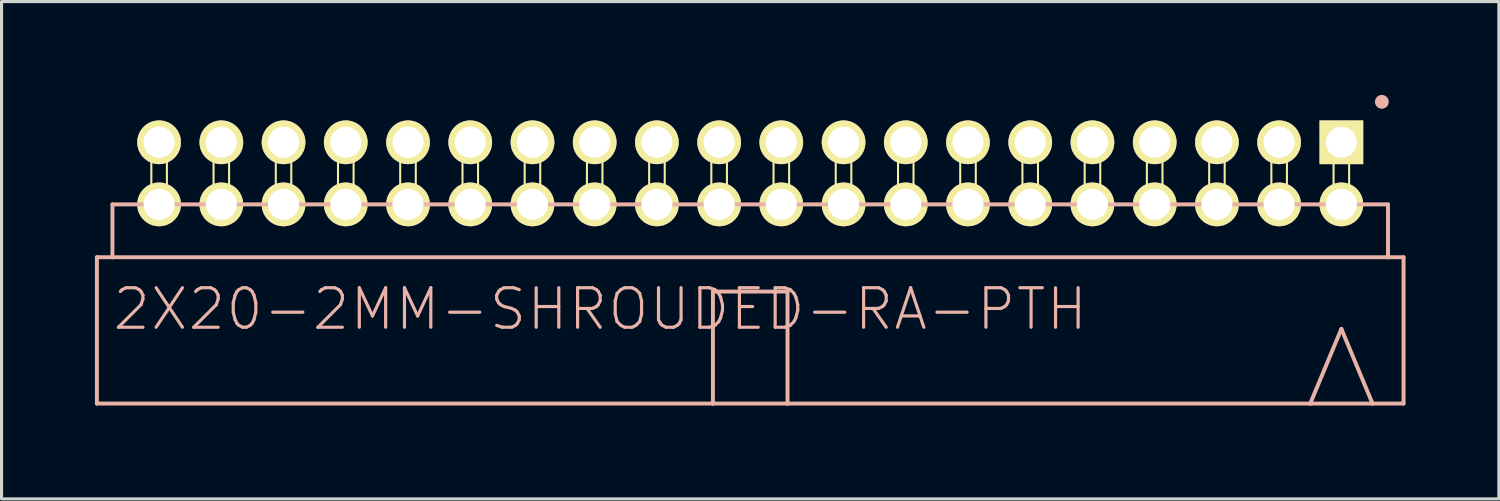
<source format=kicad_pcb>
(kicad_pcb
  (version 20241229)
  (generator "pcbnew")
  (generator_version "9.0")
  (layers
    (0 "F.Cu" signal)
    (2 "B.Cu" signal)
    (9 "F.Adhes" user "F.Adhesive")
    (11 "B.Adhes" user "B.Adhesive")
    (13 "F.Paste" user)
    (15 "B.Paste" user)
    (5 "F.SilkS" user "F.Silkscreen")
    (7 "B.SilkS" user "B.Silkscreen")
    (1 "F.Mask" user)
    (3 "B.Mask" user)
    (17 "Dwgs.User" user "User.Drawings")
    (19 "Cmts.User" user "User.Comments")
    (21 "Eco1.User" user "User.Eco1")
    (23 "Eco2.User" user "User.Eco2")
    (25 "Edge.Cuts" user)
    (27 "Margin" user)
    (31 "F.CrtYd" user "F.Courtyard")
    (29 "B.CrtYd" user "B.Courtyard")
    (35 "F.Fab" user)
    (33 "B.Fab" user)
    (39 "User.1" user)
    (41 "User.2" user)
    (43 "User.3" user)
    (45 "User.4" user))
  (footprint "2X20-2MM-SHROUDED-RA-PTH"
    (layer "F.Cu")
    (at 21.062 2.521)
    (property "Reference" "2X20-2MM-SHROUDED-RA-PTH" (at -4.823 4.364 0) (layer "B.SilkS") (effects (font (size 1.27 1.27) (thickness 0.102))))
    (attr exclude_from_pos_files exclude_from_bom)
    (fp_line (start -19.248 -1.25) (end -18.748 -1.25) (stroke (width 0.066) (type solid)) (layer "F.SilkS"))
    (fp_line (start -19.248 0.998) (end -19.248 -1.25) (stroke (width 0.066) (type solid)) (layer "F.SilkS"))
    (fp_line (start -19.248 0.998) (end -18.748 0.998) (stroke (width 0.066) (type solid)) (layer "F.SilkS"))
    (fp_line (start -18.748 0.998) (end -18.748 -1.25) (stroke (width 0.066) (type solid)) (layer "F.SilkS"))
    (fp_line (start -17.249 -1.25) (end -16.749 -1.25) (stroke (width 0.066) (type solid)) (layer "F.SilkS"))
    (fp_line (start -17.249 0.998) (end -17.249 -1.25) (stroke (width 0.066) (type solid)) (layer "F.SilkS"))
    (fp_line (start -17.249 0.998) (end -16.749 0.998) (stroke (width 0.066) (type solid)) (layer "F.SilkS"))
    (fp_line (start -16.749 0.998) (end -16.749 -1.25) (stroke (width 0.066) (type solid)) (layer "F.SilkS"))
    (fp_line (start -15.248 -1.25) (end -14.75 -1.25) (stroke (width 0.066) (type solid)) (layer "F.SilkS"))
    (fp_line (start -15.248 0.998) (end -15.248 -1.25) (stroke (width 0.066) (type solid)) (layer "F.SilkS"))
    (fp_line (start -15.248 0.998) (end -14.75 0.998) (stroke (width 0.066) (type solid)) (layer "F.SilkS"))
    (fp_line (start -14.75 0.998) (end -14.75 -1.25) (stroke (width 0.066) (type solid)) (layer "F.SilkS"))
    (fp_line (start -13.249 -1.25) (end -12.748 -1.25) (stroke (width 0.066) (type solid)) (layer "F.SilkS"))
    (fp_line (start -13.249 0.998) (end -13.249 -1.25) (stroke (width 0.066) (type solid)) (layer "F.SilkS"))
    (fp_line (start -13.249 0.998) (end -12.748 0.998) (stroke (width 0.066) (type solid)) (layer "F.SilkS"))
    (fp_line (start -12.748 0.998) (end -12.748 -1.25) (stroke (width 0.066) (type solid)) (layer "F.SilkS"))
    (fp_line (start -11.25 -1.25) (end -10.749 -1.25) (stroke (width 0.066) (type solid)) (layer "F.SilkS"))
    (fp_line (start -11.25 0.998) (end -11.25 -1.25) (stroke (width 0.066) (type solid)) (layer "F.SilkS"))
    (fp_line (start -11.25 0.998) (end -10.749 0.998) (stroke (width 0.066) (type solid)) (layer "F.SilkS"))
    (fp_line (start -10.749 0.998) (end -10.749 -1.25) (stroke (width 0.066) (type solid)) (layer "F.SilkS"))
    (fp_line (start -9.248 -1.25) (end -8.748 -1.25) (stroke (width 0.066) (type solid)) (layer "F.SilkS"))
    (fp_line (start -9.248 0.998) (end -9.248 -1.25) (stroke (width 0.066) (type solid)) (layer "F.SilkS"))
    (fp_line (start -9.248 0.998) (end -8.748 0.998) (stroke (width 0.066) (type solid)) (layer "F.SilkS"))
    (fp_line (start -8.748 0.998) (end -8.748 -1.25) (stroke (width 0.066) (type solid)) (layer "F.SilkS"))
    (fp_line (start -7.249 -1.25) (end -6.749 -1.25) (stroke (width 0.066) (type solid)) (layer "F.SilkS"))
    (fp_line (start -7.249 0.998) (end -7.249 -1.25) (stroke (width 0.066) (type solid)) (layer "F.SilkS"))
    (fp_line (start -7.249 0.998) (end -6.749 0.998) (stroke (width 0.066) (type solid)) (layer "F.SilkS"))
    (fp_line (start -6.749 0.998) (end -6.749 -1.25) (stroke (width 0.066) (type solid)) (layer "F.SilkS"))
    (fp_line (start -5.248 -1.25) (end -4.75 -1.25) (stroke (width 0.066) (type solid)) (layer "F.SilkS"))
    (fp_line (start -5.248 0.998) (end -5.248 -1.25) (stroke (width 0.066) (type solid)) (layer "F.SilkS"))
    (fp_line (start -5.248 0.998) (end -4.75 0.998) (stroke (width 0.066) (type solid)) (layer "F.SilkS"))
    (fp_line (start -4.75 0.998) (end -4.75 -1.25) (stroke (width 0.066) (type solid)) (layer "F.SilkS"))
    (fp_line (start -3.249 -1.25) (end -2.748 -1.25) (stroke (width 0.066) (type solid)) (layer "F.SilkS"))
    (fp_line (start -3.249 0.998) (end -3.249 -1.25) (stroke (width 0.066) (type solid)) (layer "F.SilkS"))
    (fp_line (start -3.249 0.998) (end -2.748 0.998) (stroke (width 0.066) (type solid)) (layer "F.SilkS"))
    (fp_line (start -2.748 0.998) (end -2.748 -1.25) (stroke (width 0.066) (type solid)) (layer "F.SilkS"))
    (fp_line (start -1.25 -1.25) (end -0.749 -1.25) (stroke (width 0.066) (type solid)) (layer "F.SilkS"))
    (fp_line (start -1.25 0.998) (end -1.25 -1.25) (stroke (width 0.066) (type solid)) (layer "F.SilkS"))
    (fp_line (start -1.25 0.998) (end -0.749 0.998) (stroke (width 0.066) (type solid)) (layer "F.SilkS"))
    (fp_line (start -0.749 0.998) (end -0.749 -1.25) (stroke (width 0.066) (type solid)) (layer "F.SilkS"))
    (fp_line (start 0.749 -1.25) (end 1.25 -1.25) (stroke (width 0.066) (type solid)) (layer "F.SilkS"))
    (fp_line (start 0.749 0.998) (end 0.749 -1.25) (stroke (width 0.066) (type solid)) (layer "F.SilkS"))
    (fp_line (start 0.749 0.998) (end 1.25 0.998) (stroke (width 0.066) (type solid)) (layer "F.SilkS"))
    (fp_line (start 1.25 0.998) (end 1.25 -1.25) (stroke (width 0.066) (type solid)) (layer "F.SilkS"))
    (fp_line (start 2.748 -1.25) (end 3.249 -1.25) (stroke (width 0.066) (type solid)) (layer "F.SilkS"))
    (fp_line (start 2.748 0.998) (end 2.748 -1.25) (stroke (width 0.066) (type solid)) (layer "F.SilkS"))
    (fp_line (start 2.748 0.998) (end 3.249 0.998) (stroke (width 0.066) (type solid)) (layer "F.SilkS"))
    (fp_line (start 3.249 0.998) (end 3.249 -1.25) (stroke (width 0.066) (type solid)) (layer "F.SilkS"))
    (fp_line (start 4.75 -1.25) (end 5.248 -1.25) (stroke (width 0.066) (type solid)) (layer "F.SilkS"))
    (fp_line (start 4.75 0.998) (end 4.75 -1.25) (stroke (width 0.066) (type solid)) (layer "F.SilkS"))
    (fp_line (start 4.75 0.998) (end 5.248 0.998) (stroke (width 0.066) (type solid)) (layer "F.SilkS"))
    (fp_line (start 5.248 0.998) (end 5.248 -1.25) (stroke (width 0.066) (type solid)) (layer "F.SilkS"))
    (fp_line (start 6.749 -1.25) (end 7.249 -1.25) (stroke (width 0.066) (type solid)) (layer "F.SilkS"))
    (fp_line (start 6.749 0.998) (end 6.749 -1.25) (stroke (width 0.066) (type solid)) (layer "F.SilkS"))
    (fp_line (start 6.749 0.998) (end 7.249 0.998) (stroke (width 0.066) (type solid)) (layer "F.SilkS"))
    (fp_line (start 7.249 0.998) (end 7.249 -1.25) (stroke (width 0.066) (type solid)) (layer "F.SilkS"))
    (fp_line (start 8.748 -1.25) (end 9.248 -1.25) (stroke (width 0.066) (type solid)) (layer "F.SilkS"))
    (fp_line (start 8.748 0.998) (end 8.748 -1.25) (stroke (width 0.066) (type solid)) (layer "F.SilkS"))
    (fp_line (start 8.748 0.998) (end 9.248 0.998) (stroke (width 0.066) (type solid)) (layer "F.SilkS"))
    (fp_line (start 9.248 0.998) (end 9.248 -1.25) (stroke (width 0.066) (type solid)) (layer "F.SilkS"))
    (fp_line (start 10.749 -1.25) (end 11.25 -1.25) (stroke (width 0.066) (type solid)) (layer "F.SilkS"))
    (fp_line (start 10.749 0.998) (end 10.749 -1.25) (stroke (width 0.066) (type solid)) (layer "F.SilkS"))
    (fp_line (start 10.749 0.998) (end 11.25 0.998) (stroke (width 0.066) (type solid)) (layer "F.SilkS"))
    (fp_line (start 11.25 0.998) (end 11.25 -1.25) (stroke (width 0.066) (type solid)) (layer "F.SilkS"))
    (fp_line (start 12.748 -1.25) (end 13.249 -1.25) (stroke (width 0.066) (type solid)) (layer "F.SilkS"))
    (fp_line (start 12.748 0.998) (end 12.748 -1.25) (stroke (width 0.066) (type solid)) (layer "F.SilkS"))
    (fp_line (start 12.748 0.998) (end 13.249 0.998) (stroke (width 0.066) (type solid)) (layer "F.SilkS"))
    (fp_line (start 13.249 0.998) (end 13.249 -1.25) (stroke (width 0.066) (type solid)) (layer "F.SilkS"))
    (fp_line (start 14.75 -1.25) (end 15.248 -1.25) (stroke (width 0.066) (type solid)) (layer "F.SilkS"))
    (fp_line (start 14.75 0.998) (end 14.75 -1.25) (stroke (width 0.066) (type solid)) (layer "F.SilkS"))
    (fp_line (start 14.75 0.998) (end 15.248 0.998) (stroke (width 0.066) (type solid)) (layer "F.SilkS"))
    (fp_line (start 15.248 0.998) (end 15.248 -1.25) (stroke (width 0.066) (type solid)) (layer "F.SilkS"))
    (fp_line (start 16.749 -1.25) (end 17.249 -1.25) (stroke (width 0.066) (type solid)) (layer "F.SilkS"))
    (fp_line (start 16.749 0.998) (end 16.749 -1.25) (stroke (width 0.066) (type solid)) (layer "F.SilkS"))
    (fp_line (start 16.749 0.998) (end 17.249 0.998) (stroke (width 0.066) (type solid)) (layer "F.SilkS"))
    (fp_line (start 17.249 0.998) (end 17.249 -1.25) (stroke (width 0.066) (type solid)) (layer "F.SilkS"))
    (fp_line (start 18.748 -1.25) (end 19.248 -1.25) (stroke (width 0.066) (type solid)) (layer "F.SilkS"))
    (fp_line (start 18.748 0.998) (end 18.748 -1.25) (stroke (width 0.066) (type solid)) (layer "F.SilkS"))
    (fp_line (start 18.748 0.998) (end 19.248 0.998) (stroke (width 0.066) (type solid)) (layer "F.SilkS"))
    (fp_line (start 19.248 0.998) (end 19.248 -1.25) (stroke (width 0.066) (type solid)) (layer "F.SilkS"))
    (fp_line (start -20.998 2.697) (end -20.498 2.697) (stroke (width 0.127) (type solid)) (layer "B.SilkS"))
    (fp_line (start -20.998 7.399) (end -20.998 2.697) (stroke (width 0.127) (type solid)) (layer "B.SilkS"))
    (fp_line (start -20.998 7.399) (end -1.199 7.399) (stroke (width 0.127) (type solid)) (layer "B.SilkS"))
    (fp_line (start -20.498 0.998) (end -20.498 2.697) (stroke (width 0.127) (type solid)) (layer "B.SilkS"))
    (fp_line (start -20.498 2.697) (end 20.498 2.697) (stroke (width 0.127) (type solid)) (layer "B.SilkS"))
    (fp_line (start -1.199 3.8) (end 1.199 3.8) (stroke (width 0.127) (type solid)) (layer "B.SilkS"))
    (fp_line (start -1.199 7.399) (end -1.199 3.8) (stroke (width 0.127) (type solid)) (layer "B.SilkS"))
    (fp_line (start -1.199 7.399) (end 1.199 7.399) (stroke (width 0.127) (type solid)) (layer "B.SilkS"))
    (fp_line (start 1.199 7.399) (end 1.199 3.8) (stroke (width 0.127) (type solid)) (layer "B.SilkS"))
    (fp_line (start 1.199 7.399) (end 17.998 7.399) (stroke (width 0.127) (type solid)) (layer "B.SilkS"))
    (fp_line (start 17.998 7.399) (end 20 7.399) (stroke (width 0.127) (type solid)) (layer "B.SilkS"))
    (fp_line (start 18.999 4.999) (end 17.998 7.399) (stroke (width 0.127) (type solid)) (layer "B.SilkS"))
    (fp_line (start 20 7.399) (end 18.999 4.999) (stroke (width 0.127) (type solid)) (layer "B.SilkS"))
    (fp_line (start 20 7.399) (end 20.998 7.399) (stroke (width 0.127) (type solid)) (layer "B.SilkS"))
    (fp_line (start 20.498 0.998) (end -20.498 0.998) (stroke (width 0.127) (type solid)) (layer "B.SilkS"))
    (fp_line (start 20.498 0.998) (end 20.498 2.697) (stroke (width 0.127) (type solid)) (layer "B.SilkS"))
    (fp_line (start 20.498 2.697) (end 20.998 2.697) (stroke (width 0.127) (type solid)) (layer "B.SilkS"))
    (fp_line (start 20.998 7.399) (end 20.998 2.697) (stroke (width 0.127) (type solid)) (layer "B.SilkS"))
    (fp_circle (center 20.3 -2.299) (end 20.457 -2.456) (stroke (width 0) (type solid)) (fill yes) (layer "B.SilkS"))
    (pad "1" thru_hole rect (at 18.999 -0.998) (size 1.405 1.405) (drill 0.998) (layers "*.Cu" "F.Mask" "F.SilkS" "F.Paste"))
    (pad "2" thru_hole circle (at 18.999 0.998) (size 1.405 1.405) (drill 0.998) (layers "*.Cu" "F.Mask" "F.SilkS" "F.Paste"))
    (pad "3" thru_hole circle (at 16.998 -0.998) (size 1.405 1.405) (drill 0.998) (layers "*.Cu" "F.Mask" "F.SilkS" "F.Paste"))
    (pad "4" thru_hole circle (at 16.998 0.998) (size 1.405 1.405) (drill 0.998) (layers "*.Cu" "F.Mask" "F.SilkS" "F.Paste"))
    (pad "5" thru_hole circle (at 14.999 -0.998) (size 1.405 1.405) (drill 0.998) (layers "*.Cu" "F.Mask" "F.SilkS" "F.Paste"))
    (pad "6" thru_hole circle (at 14.999 0.998) (size 1.405 1.405) (drill 0.998) (layers "*.Cu" "F.Mask" "F.SilkS" "F.Paste"))
    (pad "7" thru_hole circle (at 13 -0.998) (size 1.405 1.405) (drill 0.998) (layers "*.Cu" "F.Mask" "F.SilkS" "F.Paste"))
    (pad "8" thru_hole circle (at 13 0.998) (size 1.405 1.405) (drill 0.998) (layers "*.Cu" "F.Mask" "F.SilkS" "F.Paste"))
    (pad "9" thru_hole circle (at 10.998 -0.998) (size 1.405 1.405) (drill 0.998) (layers "*.Cu" "F.Mask" "F.SilkS" "F.Paste"))
    (pad "10" thru_hole circle (at 10.998 0.998) (size 1.405 1.405) (drill 0.998) (layers "*.Cu" "F.Mask" "F.SilkS" "F.Paste"))
    (pad "11" thru_hole circle (at 8.999 -0.998) (size 1.405 1.405) (drill 0.998) (layers "*.Cu" "F.Mask" "F.SilkS" "F.Paste"))
    (pad "12" thru_hole circle (at 8.999 0.998) (size 1.405 1.405) (drill 0.998) (layers "*.Cu" "F.Mask" "F.SilkS" "F.Paste"))
    (pad "13" thru_hole circle (at 6.998 -0.998) (size 1.405 1.405) (drill 0.998) (layers "*.Cu" "F.Mask" "F.SilkS" "F.Paste"))
    (pad "14" thru_hole circle (at 6.998 0.998) (size 1.405 1.405) (drill 0.998) (layers "*.Cu" "F.Mask" "F.SilkS" "F.Paste"))
    (pad "15" thru_hole circle (at 4.999 -0.998) (size 1.405 1.405) (drill 0.998) (layers "*.Cu" "F.Mask" "F.SilkS" "F.Paste"))
    (pad "16" thru_hole circle (at 4.999 0.998) (size 1.405 1.405) (drill 0.998) (layers "*.Cu" "F.Mask" "F.SilkS" "F.Paste"))
    (pad "17" thru_hole circle (at 3 -0.998) (size 1.405 1.405) (drill 0.998) (layers "*.Cu" "F.Mask" "F.SilkS" "F.Paste"))
    (pad "18" thru_hole circle (at 3 0.998) (size 1.405 1.405) (drill 0.998) (layers "*.Cu" "F.Mask" "F.SilkS" "F.Paste"))
    (pad "19" thru_hole circle (at 0.998 -0.998) (size 1.405 1.405) (drill 0.998) (layers "*.Cu" "F.Mask" "F.SilkS" "F.Paste"))
    (pad "20" thru_hole circle (at 0.998 0.998) (size 1.405 1.405) (drill 0.998) (layers "*.Cu" "F.Mask" "F.SilkS" "F.Paste"))
    (pad "21" thru_hole circle (at -0.998 -0.998) (size 1.405 1.405) (drill 0.998) (layers "*.Cu" "F.Mask" "F.SilkS" "F.Paste"))
    (pad "22" thru_hole circle (at -0.998 0.998) (size 1.405 1.405) (drill 0.998) (layers "*.Cu" "F.Mask" "F.SilkS" "F.Paste"))
    (pad "23" thru_hole circle (at -3 -0.998) (size 1.405 1.405) (drill 0.998) (layers "*.Cu" "F.Mask" "F.SilkS" "F.Paste"))
    (pad "24" thru_hole circle (at -3 0.998) (size 1.405 1.405) (drill 0.998) (layers "*.Cu" "F.Mask" "F.SilkS" "F.Paste"))
    (pad "25" thru_hole circle (at -4.999 -0.998) (size 1.405 1.405) (drill 0.998) (layers "*.Cu" "F.Mask" "F.SilkS" "F.Paste"))
    (pad "26" thru_hole circle (at -4.999 0.998) (size 1.405 1.405) (drill 0.998) (layers "*.Cu" "F.Mask" "F.SilkS" "F.Paste"))
    (pad "27" thru_hole circle (at -6.998 -0.998) (size 1.405 1.405) (drill 0.998) (layers "*.Cu" "F.Mask" "F.SilkS" "F.Paste"))
    (pad "28" thru_hole circle (at -6.998 0.998) (size 1.405 1.405) (drill 0.998) (layers "*.Cu" "F.Mask" "F.SilkS" "F.Paste"))
    (pad "29" thru_hole circle (at -8.999 -0.998) (size 1.405 1.405) (drill 0.998) (layers "*.Cu" "F.Mask" "F.SilkS" "F.Paste"))
    (pad "30" thru_hole circle (at -8.999 0.998) (size 1.405 1.405) (drill 0.998) (layers "*.Cu" "F.Mask" "F.SilkS" "F.Paste"))
    (pad "31" thru_hole circle (at -10.998 -0.998) (size 1.405 1.405) (drill 0.998) (layers "*.Cu" "F.Mask" "F.SilkS" "F.Paste"))
    (pad "32" thru_hole circle (at -10.998 0.998) (size 1.405 1.405) (drill 0.998) (layers "*.Cu" "F.Mask" "F.SilkS" "F.Paste"))
    (pad "33" thru_hole circle (at -13 -0.998) (size 1.405 1.405) (drill 0.998) (layers "*.Cu" "F.Mask" "F.SilkS" "F.Paste"))
    (pad "34" thru_hole circle (at -13 0.998) (size 1.405 1.405) (drill 0.998) (layers "*.Cu" "F.Mask" "F.SilkS" "F.Paste"))
    (pad "35" thru_hole circle (at -14.999 -0.998) (size 1.405 1.405) (drill 0.998) (layers "*.Cu" "F.Mask" "F.SilkS" "F.Paste"))
    (pad "36" thru_hole circle (at -14.999 0.998) (size 1.405 1.405) (drill 0.998) (layers "*.Cu" "F.Mask" "F.SilkS" "F.Paste"))
    (pad "37" thru_hole circle (at -16.998 -0.998) (size 1.405 1.405) (drill 0.998) (layers "*.Cu" "F.Mask" "F.SilkS" "F.Paste"))
    (pad "38" thru_hole circle (at -16.998 0.998) (size 1.405 1.405) (drill 0.998) (layers "*.Cu" "F.Mask" "F.SilkS" "F.Paste"))
    (pad "39" thru_hole circle (at -18.999 -0.998) (size 1.405 1.405) (drill 0.998) (layers "*.Cu" "F.Mask" "F.SilkS" "F.Paste"))
    (pad "40" thru_hole circle (at -18.999 0.998) (size 1.405 1.405) (drill 0.998) (layers "*.Cu" "F.Mask" "F.SilkS" "F.Paste")))
  (gr_rect
    (start -3 -3)
    (end 45.123 12.984)
    (stroke (width 0.1) (type default))
    (fill no)
    (layer "Edge.Cuts")))
</source>
